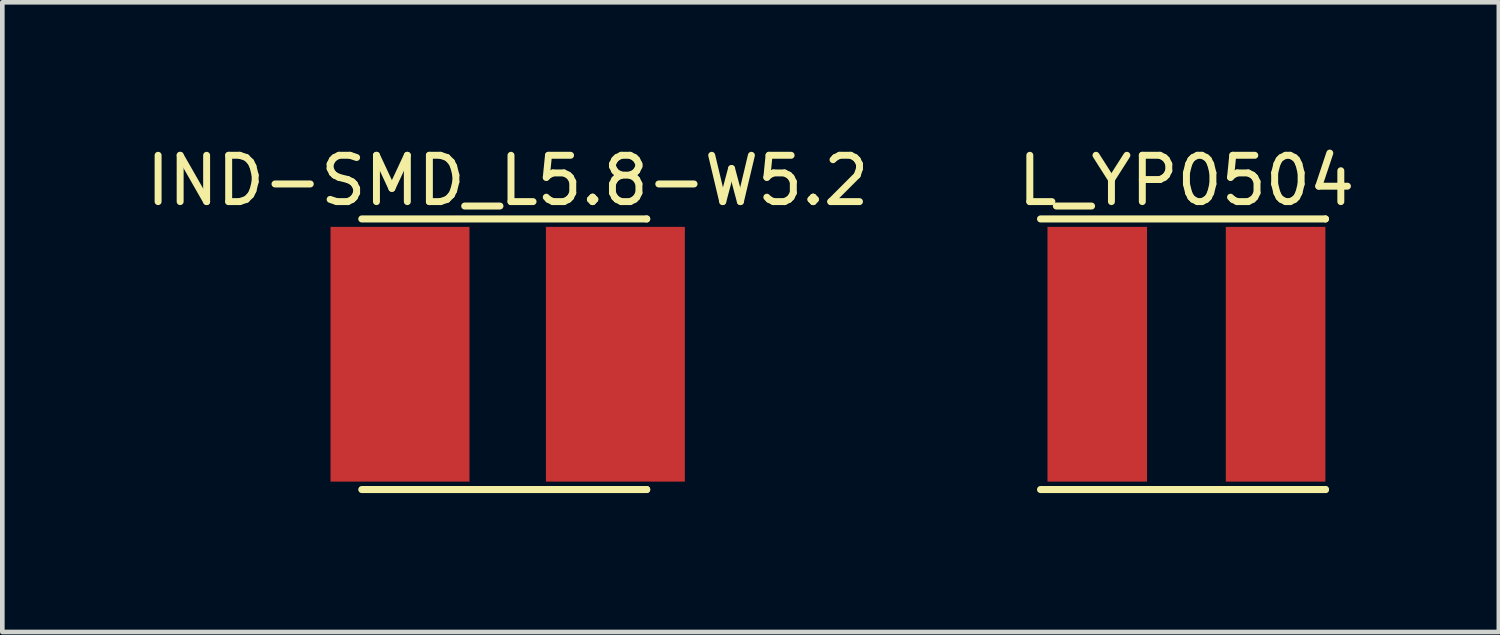
<source format=kicad_pcb>
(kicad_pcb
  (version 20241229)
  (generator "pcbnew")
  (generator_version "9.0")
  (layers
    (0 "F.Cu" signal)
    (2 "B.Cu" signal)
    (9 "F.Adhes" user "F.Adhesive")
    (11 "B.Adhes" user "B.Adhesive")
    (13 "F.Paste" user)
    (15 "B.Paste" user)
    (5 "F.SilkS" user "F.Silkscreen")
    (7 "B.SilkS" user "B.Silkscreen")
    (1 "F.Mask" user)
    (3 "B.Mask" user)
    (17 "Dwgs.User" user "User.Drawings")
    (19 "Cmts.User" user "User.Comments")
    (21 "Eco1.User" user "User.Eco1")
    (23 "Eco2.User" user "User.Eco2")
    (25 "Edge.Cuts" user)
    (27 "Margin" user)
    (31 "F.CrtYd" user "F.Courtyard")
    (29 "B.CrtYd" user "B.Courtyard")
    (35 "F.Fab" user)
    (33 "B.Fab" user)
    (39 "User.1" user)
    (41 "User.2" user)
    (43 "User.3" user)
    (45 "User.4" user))
  (footprint "L_YP0504"
    (layer "F.Cu")
    (at 22.565 4.598)
    (property "Reference" "L_YP0504" (at 0 -3.75 0) (layer "F.SilkS") (effects (font (size 1 1) (thickness 0.15))))
    (attr smd)
    (fp_line (start -3.15 -2.921) (end 3.002 -2.921) (stroke (width 0.152) (type solid)) (layer "F.SilkS"))
    (fp_line (start -3.15 2.921) (end 3.002 2.921) (stroke (width 0.152) (type solid)) (layer "F.SilkS"))
    (fp_line (start 3.002 -2.921) (end 3.002 -2.921) (stroke (width 0.152) (type solid)) (layer "F.SilkS"))
    (fp_line (start 3.002 2.921) (end 3.002 2.921) (stroke (width 0.152) (type solid)) (layer "F.SilkS"))
    (fp_poly (pts (xy -2.947 2.6) (xy -2.947 -2.6) (xy -0.747 -2.6) (xy -0.747 2.6)) (stroke (width 0) (type solid)) (fill yes) (layer "F.Paste"))
    (fp_poly (pts (xy 2.998 -2.6) (xy 2.998 2.6) (xy 0.798 2.6) (xy 0.798 -2.6)) (stroke (width 0) (type solid)) (fill yes) (layer "F.Paste"))
    (pad "1" smd rect (at 1.925 0) (size 2.15 5.5) (layers "F.Cu" "F.Mask" "F.Paste"))
    (pad "2" smd rect (at -1.925 0) (size 2.15 5.5) (layers "F.Cu" "F.Mask" "F.Paste")))
  (footprint "IND-SMD_L5.8-W5.2"
    (layer "F.Cu")
    (at 7.911 4.598)
    (property "Reference" "IND-SMD_L5.8-W5.2" (at 0 -3.75 0) (layer "F.SilkS") (effects (font (size 1 1) (thickness 0.15))))
    (attr smd)
    (fp_line (start -3.15 -2.921) (end 3.002 -2.921) (stroke (width 0.152) (type solid)) (layer "F.SilkS"))
    (fp_line (start -3.15 2.921) (end 3.002 2.921) (stroke (width 0.152) (type solid)) (layer "F.SilkS"))
    (fp_line (start 3.002 -2.921) (end 3.002 -2.921) (stroke (width 0.152) (type solid)) (layer "F.SilkS"))
    (fp_line (start 3.002 2.921) (end 3.002 2.921) (stroke (width 0.152) (type solid)) (layer "F.SilkS"))
    (fp_poly (pts (xy -2.947 2.6) (xy -2.947 -2.6) (xy -0.747 -2.6) (xy -0.747 2.6)) (stroke (width 0) (type solid)) (fill yes) (layer "F.Paste"))
    (fp_poly (pts (xy 2.998 -2.6) (xy 2.998 2.6) (xy 0.798 2.6) (xy 0.798 -2.6)) (stroke (width 0) (type solid)) (fill yes) (layer "F.Paste"))
    (pad "1" smd rect (at 2.325 0) (size 3 5.5) (layers "F.Cu" "F.Mask" "F.Paste"))
    (pad "2" smd rect (at -2.325 0) (size 3 5.5) (layers "F.Cu" "F.Mask" "F.Paste")))
  (gr_rect
    (start -3 -3)
    (end 29.31 10.595)
    (stroke (width 0.1) (type default))
    (fill no)
    (layer "Edge.Cuts")))
</source>
